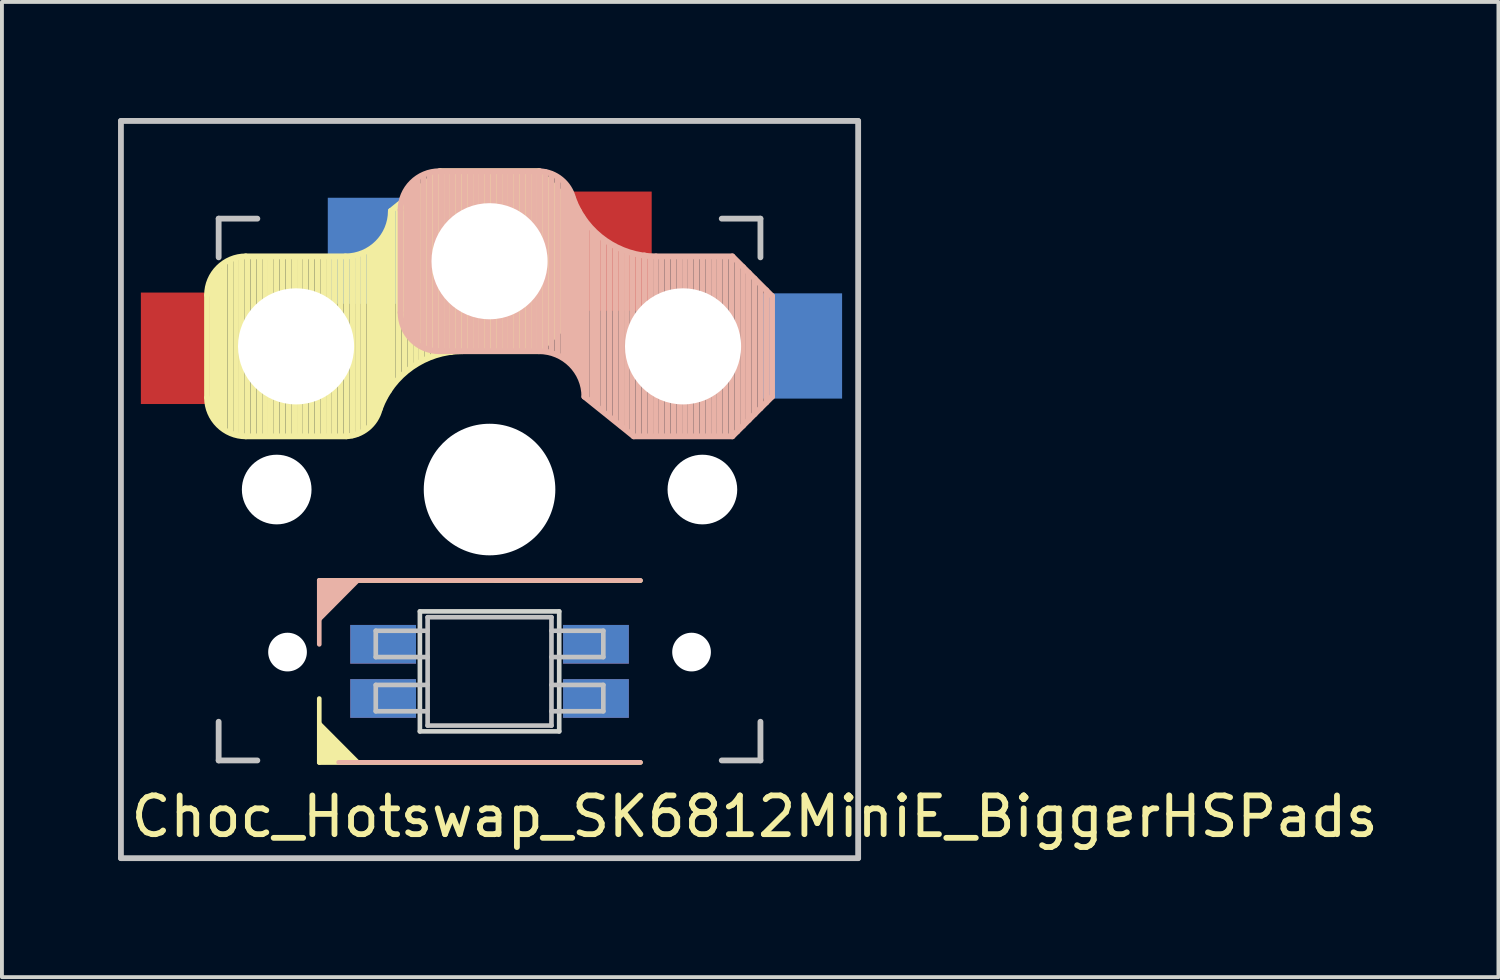
<source format=kicad_pcb>
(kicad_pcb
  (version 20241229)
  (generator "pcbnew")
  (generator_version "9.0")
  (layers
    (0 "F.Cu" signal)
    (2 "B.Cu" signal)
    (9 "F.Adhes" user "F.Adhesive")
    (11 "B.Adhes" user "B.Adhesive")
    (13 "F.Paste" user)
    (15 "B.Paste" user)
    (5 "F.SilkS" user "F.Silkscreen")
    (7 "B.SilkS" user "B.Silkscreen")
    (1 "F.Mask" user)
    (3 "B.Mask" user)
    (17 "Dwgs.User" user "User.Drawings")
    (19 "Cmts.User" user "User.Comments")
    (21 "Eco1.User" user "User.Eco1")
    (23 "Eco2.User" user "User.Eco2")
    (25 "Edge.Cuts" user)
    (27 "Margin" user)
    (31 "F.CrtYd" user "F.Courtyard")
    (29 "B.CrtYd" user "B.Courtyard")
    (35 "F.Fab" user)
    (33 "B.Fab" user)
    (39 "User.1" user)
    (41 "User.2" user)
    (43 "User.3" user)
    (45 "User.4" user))
  (footprint "Choc_Hotswap_SK6812MiniE_BiggerHSPads"
    (layer "F.Cu")
    (at 9.6 9.6)
    (property "Reference" "Choc_Hotswap_SK6812MiniE_BiggerHSPads" (at 6.85 8.45 0) (layer "F.SilkS") (effects (font (size 1 1) (thickness 0.15))))
    (attr through_hole)
    (fp_line (start -7.3 -5.025) (end -7.3 -2.375) (stroke (width 0.15) (type solid)) (layer "F.SilkS"))
    (fp_line (start -7.15 -1.95) (end -7.15 -5.5) (stroke (width 0.15) (type solid)) (layer "F.SilkS"))
    (fp_line (start -7.05 -1.8) (end -7.05 -5.55) (stroke (width 0.15) (type solid)) (layer "F.SilkS"))
    (fp_line (start -6.95 -1.7) (end -6.95 -5.65) (stroke (width 0.15) (type solid)) (layer "F.SilkS"))
    (fp_line (start -6.85 -1.6) (end -6.85 -5.8) (stroke (width 0.15) (type solid)) (layer "F.SilkS"))
    (fp_line (start -6.7 -1.5) (end -6.7 -5.9) (stroke (width 0.15) (type solid)) (layer "F.SilkS"))
    (fp_line (start -6.55 -1.45) (end -6.55 -5.95) (stroke (width 0.15) (type solid)) (layer "F.SilkS"))
    (fp_line (start -6.4 -1.4) (end -6.4 -5.95) (stroke (width 0.15) (type solid)) (layer "F.SilkS"))
    (fp_line (start -6.3 -6.025) (end -3.725 -6.025) (stroke (width 0.15) (type solid)) (layer "F.SilkS"))
    (fp_line (start -6.3 -1.375) (end -3.7 -1.375) (stroke (width 0.15) (type solid)) (layer "F.SilkS"))
    (fp_line (start -6.25 -1.4) (end -6.25 -6) (stroke (width 0.15) (type solid)) (layer "F.SilkS"))
    (fp_line (start -6.1 -1.4) (end -6.1 -6) (stroke (width 0.15) (type solid)) (layer "F.SilkS"))
    (fp_line (start -5.95 -1.4) (end -5.95 -6) (stroke (width 0.15) (type solid)) (layer "F.SilkS"))
    (fp_line (start -5.8 -1.4) (end -5.8 -6) (stroke (width 0.15) (type solid)) (layer "F.SilkS"))
    (fp_line (start -5.65 -1.4) (end -5.65 -6) (stroke (width 0.15) (type solid)) (layer "F.SilkS"))
    (fp_line (start -5.5 -1.4) (end -5.5 -6) (stroke (width 0.15) (type solid)) (layer "F.SilkS"))
    (fp_line (start -5.35 -1.4) (end -5.35 -6) (stroke (width 0.15) (type solid)) (layer "F.SilkS"))
    (fp_line (start -5.2 -1.4) (end -5.2 -6) (stroke (width 0.15) (type solid)) (layer "F.SilkS"))
    (fp_line (start -5.05 -1.4) (end -5.05 -6) (stroke (width 0.15) (type solid)) (layer "F.SilkS"))
    (fp_line (start -4.9 -1.4) (end -4.9 -6) (stroke (width 0.15) (type solid)) (layer "F.SilkS"))
    (fp_line (start -4.75 -1.4) (end -4.75 -6) (stroke (width 0.15) (type solid)) (layer "F.SilkS"))
    (fp_line (start -4.6 -1.4) (end -4.6 -6) (stroke (width 0.15) (type solid)) (layer "F.SilkS"))
    (fp_line (start -4.45 -1.4) (end -4.45 -6) (stroke (width 0.15) (type solid)) (layer "F.SilkS"))
    (fp_line (start -4.4 2.349) (end 3.9 2.352) (stroke (width 0.12) (type solid)) (layer "F.SilkS"))
    (fp_line (start -4.4 7.052) (end -4.4 5.401) (stroke (width 0.12) (type solid)) (layer "F.SilkS"))
    (fp_line (start -4.3 -1.4) (end -4.3 -6) (stroke (width 0.15) (type solid)) (layer "F.SilkS"))
    (fp_line (start -4.15 -1.4) (end -4.15 -6) (stroke (width 0.15) (type solid)) (layer "F.SilkS"))
    (fp_line (start -4 -1.4) (end -4 -6) (stroke (width 0.15) (type solid)) (layer "F.SilkS"))
    (fp_line (start -3.85 -1.4) (end -3.85 -5.95) (stroke (width 0.15) (type solid)) (layer "F.SilkS"))
    (fp_line (start -3.7 -1.4) (end -3.7 -6) (stroke (width 0.15) (type solid)) (layer "F.SilkS"))
    (fp_line (start -3.55 -1.4) (end -3.55 -6) (stroke (width 0.15) (type solid)) (layer "F.SilkS"))
    (fp_line (start -3.4 -1.45) (end -3.4 -6) (stroke (width 0.15) (type solid)) (layer "F.SilkS"))
    (fp_line (start -3.25 -1.55) (end -3.25 -6.1) (stroke (width 0.15) (type solid)) (layer "F.SilkS"))
    (fp_line (start -3.1 -1.65) (end -3.1 -6.15) (stroke (width 0.15) (type solid)) (layer "F.SilkS"))
    (fp_line (start -3 -1.8) (end -3 -6.2) (stroke (width 0.15) (type solid)) (layer "F.SilkS"))
    (fp_line (start -2.9 -2.05) (end -2.9 -6.25) (stroke (width 0.15) (type solid)) (layer "F.SilkS"))
    (fp_line (start -2.8 -2.2) (end -2.8 -6.35) (stroke (width 0.15) (type solid)) (layer "F.SilkS"))
    (fp_line (start -2.7 -2.4) (end -2.7 -6.55) (stroke (width 0.15) (type solid)) (layer "F.SilkS"))
    (fp_line (start -2.6 -2.55) (end -2.6 -6.7) (stroke (width 0.15) (type solid)) (layer "F.SilkS"))
    (fp_line (start -2.5 -2.75) (end -2.5 -7.2) (stroke (width 0.15) (type solid)) (layer "F.SilkS"))
    (fp_line (start -2.35 -2.9) (end -2.35 -7.35) (stroke (width 0.15) (type solid)) (layer "F.SilkS"))
    (fp_line (start -2.2 -3.05) (end -2.2 -7.45) (stroke (width 0.15) (type solid)) (layer "F.SilkS"))
    (fp_line (start -2.05 -3.15) (end -2.05 -7.55) (stroke (width 0.15) (type solid)) (layer "F.SilkS"))
    (fp_line (start -1.9 -3.25) (end -1.9 -7.7) (stroke (width 0.15) (type solid)) (layer "F.SilkS"))
    (fp_line (start -1.75 -3.35) (end -1.75 -7.8) (stroke (width 0.15) (type solid)) (layer "F.SilkS"))
    (fp_line (start -1.6 -3.4) (end -1.6 -7.95) (stroke (width 0.15) (type solid)) (layer "F.SilkS"))
    (fp_line (start -1.45 -3.5) (end -1.45 -8.05) (stroke (width 0.15) (type solid)) (layer "F.SilkS"))
    (fp_line (start -1.3 -3.55) (end -1.3 -8.15) (stroke (width 0.15) (type solid)) (layer "F.SilkS"))
    (fp_line (start -1.275 -8.225) (end -2.55 -7.2) (stroke (width 0.15) (type solid)) (layer "F.SilkS"))
    (fp_line (start -1.275 -8.225) (end 1.275 -8.225) (stroke (width 0.15) (type solid)) (layer "F.SilkS"))
    (fp_line (start -1.15 -3.55) (end -1.15 -8.2) (stroke (width 0.15) (type solid)) (layer "F.SilkS"))
    (fp_line (start -1 -3.55) (end -1 -8.2) (stroke (width 0.15) (type solid)) (layer "F.SilkS"))
    (fp_line (start -0.85 -3.6) (end -0.85 -8.15) (stroke (width 0.15) (type solid)) (layer "F.SilkS"))
    (fp_line (start -0.7 -3.6) (end -0.7 -8.2) (stroke (width 0.15) (type solid)) (layer "F.SilkS"))
    (fp_line (start -0.7 -3.575) (end 1.275 -3.575) (stroke (width 0.15) (type solid)) (layer "F.SilkS"))
    (fp_line (start -0.55 -3.6) (end -0.55 -8.2) (stroke (width 0.15) (type solid)) (layer "F.SilkS"))
    (fp_line (start -0.4 -3.6) (end -0.4 -8.2) (stroke (width 0.15) (type solid)) (layer "F.SilkS"))
    (fp_line (start -0.25 -3.6) (end -0.25 -8.2) (stroke (width 0.15) (type solid)) (layer "F.SilkS"))
    (fp_line (start -0.1 -3.6) (end -0.1 -8.2) (stroke (width 0.15) (type solid)) (layer "F.SilkS"))
    (fp_line (start 0.05 -3.6) (end 0.05 -8.2) (stroke (width 0.15) (type solid)) (layer "F.SilkS"))
    (fp_line (start 0.2 -3.6) (end 0.2 -8.2) (stroke (width 0.15) (type solid)) (layer "F.SilkS"))
    (fp_line (start 0.35 -3.6) (end 0.35 -8.2) (stroke (width 0.15) (type solid)) (layer "F.SilkS"))
    (fp_line (start 0.5 -3.6) (end 0.5 -8.2) (stroke (width 0.15) (type solid)) (layer "F.SilkS"))
    (fp_line (start 0.65 -3.6) (end 0.65 -8.2) (stroke (width 0.15) (type solid)) (layer "F.SilkS"))
    (fp_line (start 0.8 -3.6) (end 0.8 -8.2) (stroke (width 0.15) (type solid)) (layer "F.SilkS"))
    (fp_line (start 0.95 -3.6) (end 0.95 -8.2) (stroke (width 0.15) (type solid)) (layer "F.SilkS"))
    (fp_line (start 1.1 -3.6) (end 1.1 -8.2) (stroke (width 0.15) (type solid)) (layer "F.SilkS"))
    (fp_line (start 1.25 -3.6) (end 1.25 -8.2) (stroke (width 0.15) (type solid)) (layer "F.SilkS"))
    (fp_line (start 1.4 -3.75) (end 1.4 -8.1) (stroke (width 0.15) (type solid)) (layer "F.SilkS"))
    (fp_line (start 1.55 -3.85) (end 1.55 -7.95) (stroke (width 0.15) (type solid)) (layer "F.SilkS"))
    (fp_line (start 1.7 -4) (end 1.7 -7.8) (stroke (width 0.15) (type solid)) (layer "F.SilkS"))
    (fp_line (start 1.85 -4.15) (end 1.85 -7.65) (stroke (width 0.15) (type solid)) (layer "F.SilkS"))
    (fp_line (start 2 -4.35) (end 2 -7.5) (stroke (width 0.15) (type solid)) (layer "F.SilkS"))
    (fp_line (start 2.15 -4.45) (end 2.15 -7.35) (stroke (width 0.15) (type solid)) (layer "F.SilkS"))
    (fp_line (start 2.3 -7.2) (end 1.275 -8.225) (stroke (width 0.15) (type solid)) (layer "F.SilkS"))
    (fp_line (start 2.3 -7.2) (end 2.3 -4.6) (stroke (width 0.15) (type solid)) (layer "F.SilkS"))
    (fp_line (start 2.3 -4.6) (end 1.275 -3.575) (stroke (width 0.15) (type solid)) (layer "F.SilkS"))
    (fp_line (start 3.9 7.052) (end -4.4 7.052) (stroke (width 0.12) (type solid)) (layer "F.SilkS"))
    (fp_arc (start -7.3 -5.025) (mid -7.007107 -5.732107) (end -6.3 -6.025) (stroke (width 0.15) (type solid)) (layer "F.SilkS"))
    (fp_arc (start -6.3 -1.375) (mid -7.007107 -1.667893) (end -7.3 -2.375) (stroke (width 0.15) (type solid)) (layer "F.SilkS"))
    (fp_arc (start -2.837801 -2.078096) (mid -3.151716 -1.583979) (end -3.699005 -1.376209) (stroke (width 0.15) (type solid)) (layer "F.SilkS"))
    (fp_arc (start -2.837801 -2.078096) (mid -2.004887 -3.163571) (end -0.7 -3.575) (stroke (width 0.15) (type solid)) (layer "F.SilkS"))
    (fp_arc (start -2.55 -7.2) (mid -2.89415 -6.36915) (end -3.725 -6.025) (stroke (width 0.15) (type solid)) (layer "F.SilkS"))
    (fp_poly (pts (xy -3.392 7.049) (xy -4.4 7.052) (xy -4.4 6.036)) (stroke (width 0.1) (type solid)) (fill yes) (layer "F.SilkS"))
    (fp_line (start -4.4 2.349) (end -4.4 4) (stroke (width 0.12) (type solid)) (layer "B.SilkS"))
    (fp_line (start -3.9 7.049) (end 3.9 7.049) (stroke (width 0.12) (type solid)) (layer "B.SilkS"))
    (fp_line (start -2.3 -4.575) (end -2.3 -7.225) (stroke (width 0.15) (type solid)) (layer "B.SilkS"))
    (fp_line (start -2.15 -7.65) (end -2.15 -4.1) (stroke (width 0.15) (type solid)) (layer "B.SilkS"))
    (fp_line (start -2.05 -7.8) (end -2.05 -4.05) (stroke (width 0.15) (type solid)) (layer "B.SilkS"))
    (fp_line (start -1.95 -7.9) (end -1.95 -3.95) (stroke (width 0.15) (type solid)) (layer "B.SilkS"))
    (fp_line (start -1.85 -8) (end -1.85 -3.8) (stroke (width 0.15) (type solid)) (layer "B.SilkS"))
    (fp_line (start -1.7 -8.1) (end -1.7 -3.7) (stroke (width 0.15) (type solid)) (layer "B.SilkS"))
    (fp_line (start -1.55 -8.15) (end -1.55 -3.65) (stroke (width 0.15) (type solid)) (layer "B.SilkS"))
    (fp_line (start -1.4 -8.2) (end -1.4 -3.65) (stroke (width 0.15) (type solid)) (layer "B.SilkS"))
    (fp_line (start -1.3 -8.225) (end 1.3 -8.225) (stroke (width 0.15) (type solid)) (layer "B.SilkS"))
    (fp_line (start -1.3 -3.575) (end 1.275 -3.575) (stroke (width 0.15) (type solid)) (layer "B.SilkS"))
    (fp_line (start -1.25 -8.2) (end -1.25 -3.6) (stroke (width 0.15) (type solid)) (layer "B.SilkS"))
    (fp_line (start -1.1 -8.2) (end -1.1 -3.6) (stroke (width 0.15) (type solid)) (layer "B.SilkS"))
    (fp_line (start -0.95 -8.2) (end -0.95 -3.6) (stroke (width 0.15) (type solid)) (layer "B.SilkS"))
    (fp_line (start -0.8 -8.2) (end -0.8 -3.6) (stroke (width 0.15) (type solid)) (layer "B.SilkS"))
    (fp_line (start -0.65 -8.2) (end -0.65 -3.6) (stroke (width 0.15) (type solid)) (layer "B.SilkS"))
    (fp_line (start -0.5 -8.2) (end -0.5 -3.6) (stroke (width 0.15) (type solid)) (layer "B.SilkS"))
    (fp_line (start -0.35 -8.2) (end -0.35 -3.6) (stroke (width 0.15) (type solid)) (layer "B.SilkS"))
    (fp_line (start -0.2 -8.2) (end -0.2 -3.6) (stroke (width 0.15) (type solid)) (layer "B.SilkS"))
    (fp_line (start -0.05 -8.2) (end -0.05 -3.6) (stroke (width 0.15) (type solid)) (layer "B.SilkS"))
    (fp_line (start 0.1 -8.2) (end 0.1 -3.6) (stroke (width 0.15) (type solid)) (layer "B.SilkS"))
    (fp_line (start 0.25 -8.2) (end 0.25 -3.6) (stroke (width 0.15) (type solid)) (layer "B.SilkS"))
    (fp_line (start 0.4 -8.2) (end 0.4 -3.6) (stroke (width 0.15) (type solid)) (layer "B.SilkS"))
    (fp_line (start 0.55 -8.2) (end 0.55 -3.6) (stroke (width 0.15) (type solid)) (layer "B.SilkS"))
    (fp_line (start 0.7 -8.2) (end 0.7 -3.6) (stroke (width 0.15) (type solid)) (layer "B.SilkS"))
    (fp_line (start 0.85 -8.2) (end 0.85 -3.6) (stroke (width 0.15) (type solid)) (layer "B.SilkS"))
    (fp_line (start 1 -8.2) (end 1 -3.6) (stroke (width 0.15) (type solid)) (layer "B.SilkS"))
    (fp_line (start 1.15 -8.2) (end 1.15 -3.65) (stroke (width 0.15) (type solid)) (layer "B.SilkS"))
    (fp_line (start 1.3 -8.2) (end 1.3 -3.6) (stroke (width 0.15) (type solid)) (layer "B.SilkS"))
    (fp_line (start 1.45 -8.2) (end 1.45 -3.6) (stroke (width 0.15) (type solid)) (layer "B.SilkS"))
    (fp_line (start 1.6 -8.15) (end 1.6 -3.6) (stroke (width 0.15) (type solid)) (layer "B.SilkS"))
    (fp_line (start 1.75 -8.05) (end 1.75 -3.5) (stroke (width 0.15) (type solid)) (layer "B.SilkS"))
    (fp_line (start 1.9 -7.95) (end 1.9 -3.45) (stroke (width 0.15) (type solid)) (layer "B.SilkS"))
    (fp_line (start 2 -7.8) (end 2 -3.4) (stroke (width 0.15) (type solid)) (layer "B.SilkS"))
    (fp_line (start 2.1 -7.55) (end 2.1 -3.35) (stroke (width 0.15) (type solid)) (layer "B.SilkS"))
    (fp_line (start 2.2 -7.4) (end 2.2 -3.25) (stroke (width 0.15) (type solid)) (layer "B.SilkS"))
    (fp_line (start 2.3 -7.2) (end 2.3 -3.05) (stroke (width 0.15) (type solid)) (layer "B.SilkS"))
    (fp_line (start 2.4 -7.05) (end 2.4 -2.9) (stroke (width 0.15) (type solid)) (layer "B.SilkS"))
    (fp_line (start 2.5 -6.85) (end 2.5 -2.4) (stroke (width 0.15) (type solid)) (layer "B.SilkS"))
    (fp_line (start 2.65 -6.7) (end 2.65 -2.25) (stroke (width 0.15) (type solid)) (layer "B.SilkS"))
    (fp_line (start 2.8 -6.55) (end 2.8 -2.15) (stroke (width 0.15) (type solid)) (layer "B.SilkS"))
    (fp_line (start 2.95 -6.45) (end 2.95 -2.05) (stroke (width 0.15) (type solid)) (layer "B.SilkS"))
    (fp_line (start 3.1 -6.35) (end 3.1 -1.9) (stroke (width 0.15) (type solid)) (layer "B.SilkS"))
    (fp_line (start 3.25 -6.25) (end 3.25 -1.8) (stroke (width 0.15) (type solid)) (layer "B.SilkS"))
    (fp_line (start 3.4 -6.2) (end 3.4 -1.65) (stroke (width 0.15) (type solid)) (layer "B.SilkS"))
    (fp_line (start 3.55 -6.1) (end 3.55 -1.55) (stroke (width 0.15) (type solid)) (layer "B.SilkS"))
    (fp_line (start 3.7 -6.05) (end 3.7 -1.45) (stroke (width 0.15) (type solid)) (layer "B.SilkS"))
    (fp_line (start 3.725 -1.375) (end 2.45 -2.4) (stroke (width 0.15) (type solid)) (layer "B.SilkS"))
    (fp_line (start 3.725 -1.375) (end 6.275 -1.375) (stroke (width 0.15) (type solid)) (layer "B.SilkS"))
    (fp_line (start 3.85 -6.05) (end 3.85 -1.4) (stroke (width 0.15) (type solid)) (layer "B.SilkS"))
    (fp_line (start 3.9 2.349) (end -4.4 2.349) (stroke (width 0.12) (type solid)) (layer "B.SilkS"))
    (fp_line (start 4 -6.05) (end 4 -1.4) (stroke (width 0.15) (type solid)) (layer "B.SilkS"))
    (fp_line (start 4.15 -6) (end 4.15 -1.45) (stroke (width 0.15) (type solid)) (layer "B.SilkS"))
    (fp_line (start 4.3 -6.025) (end 6.275 -6.025) (stroke (width 0.15) (type solid)) (layer "B.SilkS"))
    (fp_line (start 4.3 -6) (end 4.3 -1.4) (stroke (width 0.15) (type solid)) (layer "B.SilkS"))
    (fp_line (start 4.45 -6) (end 4.45 -1.4) (stroke (width 0.15) (type solid)) (layer "B.SilkS"))
    (fp_line (start 4.6 -6) (end 4.6 -1.4) (stroke (width 0.15) (type solid)) (layer "B.SilkS"))
    (fp_line (start 4.75 -6) (end 4.75 -1.4) (stroke (width 0.15) (type solid)) (layer "B.SilkS"))
    (fp_line (start 4.9 -6) (end 4.9 -1.4) (stroke (width 0.15) (type solid)) (layer "B.SilkS"))
    (fp_line (start 5.05 -6) (end 5.05 -1.4) (stroke (width 0.15) (type solid)) (layer "B.SilkS"))
    (fp_line (start 5.2 -6) (end 5.2 -1.4) (stroke (width 0.15) (type solid)) (layer "B.SilkS"))
    (fp_line (start 5.35 -6) (end 5.35 -1.4) (stroke (width 0.15) (type solid)) (layer "B.SilkS"))
    (fp_line (start 5.5 -6) (end 5.5 -1.4) (stroke (width 0.15) (type solid)) (layer "B.SilkS"))
    (fp_line (start 5.65 -6) (end 5.65 -1.4) (stroke (width 0.15) (type solid)) (layer "B.SilkS"))
    (fp_line (start 5.8 -6) (end 5.8 -1.4) (stroke (width 0.15) (type solid)) (layer "B.SilkS"))
    (fp_line (start 5.95 -6) (end 5.95 -1.4) (stroke (width 0.15) (type solid)) (layer "B.SilkS"))
    (fp_line (start 6.1 -6) (end 6.1 -1.4) (stroke (width 0.15) (type solid)) (layer "B.SilkS"))
    (fp_line (start 6.25 -6) (end 6.25 -1.4) (stroke (width 0.15) (type solid)) (layer "B.SilkS"))
    (fp_line (start 6.4 -5.85) (end 6.4 -1.5) (stroke (width 0.15) (type solid)) (layer "B.SilkS"))
    (fp_line (start 6.55 -5.75) (end 6.55 -1.65) (stroke (width 0.15) (type solid)) (layer "B.SilkS"))
    (fp_line (start 6.7 -5.6) (end 6.7 -1.8) (stroke (width 0.15) (type solid)) (layer "B.SilkS"))
    (fp_line (start 6.85 -5.45) (end 6.85 -1.95) (stroke (width 0.15) (type solid)) (layer "B.SilkS"))
    (fp_line (start 7 -5.25) (end 7 -2.1) (stroke (width 0.15) (type solid)) (layer "B.SilkS"))
    (fp_line (start 7.15 -5.15) (end 7.15 -2.25) (stroke (width 0.15) (type solid)) (layer "B.SilkS"))
    (fp_line (start 7.3 -5) (end 6.275 -6.025) (stroke (width 0.15) (type solid)) (layer "B.SilkS"))
    (fp_line (start 7.3 -2.4) (end 6.275 -1.375) (stroke (width 0.15) (type solid)) (layer "B.SilkS"))
    (fp_line (start 7.3 -2.4) (end 7.3 -5) (stroke (width 0.15) (type solid)) (layer "B.SilkS"))
    (fp_arc (start -2.3 -7.225) (mid -2.007107 -7.932107) (end -1.3 -8.225) (stroke (width 0.15) (type solid)) (layer "B.SilkS"))
    (fp_arc (start -1.3 -3.575) (mid -2.007107 -3.867893) (end -2.3 -4.575) (stroke (width 0.15) (type solid)) (layer "B.SilkS"))
    (fp_arc (start 1.275 -3.575) (mid 2.10585 -3.23085) (end 2.45 -2.4) (stroke (width 0.15) (type solid)) (layer "B.SilkS"))
    (fp_arc (start 1.300995 -8.223791) (mid 1.848286 -8.016021) (end 2.162199 -7.521904) (stroke (width 0.15) (type solid)) (layer "B.SilkS"))
    (fp_arc (start 4.3 -6.025) (mid 2.995114 -6.436429) (end 2.162199 -7.521904) (stroke (width 0.15) (type solid)) (layer "B.SilkS"))
    (fp_poly (pts (xy -4.4 3.365) (xy -4.4 2.349) (xy -3.392 2.349)) (stroke (width 0.1) (type solid)) (fill yes) (layer "B.SilkS"))
    (fp_line (start -9.525 -9.525) (end 9.525 -9.525) (stroke (width 0.15) (type solid)) (layer "Dwgs.User"))
    (fp_line (start -9.525 9.525) (end -9.525 -9.525) (stroke (width 0.15) (type solid)) (layer "Dwgs.User"))
    (fp_line (start -7 -7) (end -7 -6) (stroke (width 0.15) (type solid)) (layer "Dwgs.User"))
    (fp_line (start -7 6) (end -7 7) (stroke (width 0.15) (type solid)) (layer "Dwgs.User"))
    (fp_line (start -7 7) (end -6 7) (stroke (width 0.15) (type solid)) (layer "Dwgs.User"))
    (fp_line (start -6 -7) (end -7 -7) (stroke (width 0.15) (type solid)) (layer "Dwgs.User"))
    (fp_line (start -2.94 3.649) (end -2.94 4.329) (stroke (width 0.12) (type solid)) (layer "Dwgs.User"))
    (fp_line (start -2.94 4.329) (end -1.6 4.329) (stroke (width 0.12) (type solid)) (layer "Dwgs.User"))
    (fp_line (start -2.94 5.049) (end -2.94 5.729) (stroke (width 0.12) (type solid)) (layer "Dwgs.User"))
    (fp_line (start -2.94 5.729) (end -1.6 5.729) (stroke (width 0.12) (type solid)) (layer "Dwgs.User"))
    (fp_line (start -1.6 3.299) (end -1.6 6.099) (stroke (width 0.12) (type solid)) (layer "Dwgs.User"))
    (fp_line (start -1.6 3.299) (end 1.6 3.299) (stroke (width 0.12) (type solid)) (layer "Dwgs.User"))
    (fp_line (start -1.6 3.649) (end -2.94 3.649) (stroke (width 0.12) (type solid)) (layer "Dwgs.User"))
    (fp_line (start -1.6 5.049) (end -2.94 5.049) (stroke (width 0.12) (type solid)) (layer "Dwgs.User"))
    (fp_line (start -1.6 6.099) (end 1.6 6.099) (stroke (width 0.12) (type solid)) (layer "Dwgs.User"))
    (fp_line (start 1.6 3.299) (end 1.6 6.099) (stroke (width 0.12) (type solid)) (layer "Dwgs.User"))
    (fp_line (start 1.6 4.329) (end 2.94 4.329) (stroke (width 0.12) (type solid)) (layer "Dwgs.User"))
    (fp_line (start 1.6 5.729) (end 2.94 5.729) (stroke (width 0.12) (type solid)) (layer "Dwgs.User"))
    (fp_line (start 2.94 3.649) (end 1.6 3.649) (stroke (width 0.12) (type solid)) (layer "Dwgs.User"))
    (fp_line (start 2.94 4.329) (end 2.94 3.649) (stroke (width 0.12) (type solid)) (layer "Dwgs.User"))
    (fp_line (start 2.94 5.049) (end 1.6 5.049) (stroke (width 0.12) (type solid)) (layer "Dwgs.User"))
    (fp_line (start 2.94 5.729) (end 2.94 5.049) (stroke (width 0.12) (type solid)) (layer "Dwgs.User"))
    (fp_line (start 6 -7) (end 7 -7) (stroke (width 0.15) (type solid)) (layer "Dwgs.User"))
    (fp_line (start 7 -7) (end 7 -6) (stroke (width 0.15) (type solid)) (layer "Dwgs.User"))
    (fp_line (start 7 6) (end 7 7) (stroke (width 0.15) (type solid)) (layer "Dwgs.User"))
    (fp_line (start 7 7) (end 6 7) (stroke (width 0.15) (type solid)) (layer "Dwgs.User"))
    (fp_line (start 9.525 -9.525) (end 9.525 9.525) (stroke (width 0.15) (type solid)) (layer "Dwgs.User"))
    (fp_line (start 9.525 9.525) (end -9.525 9.525) (stroke (width 0.15) (type solid)) (layer "Dwgs.User"))
    (fp_line (start -1.8 3.149) (end -1.8 6.249) (stroke (width 0.12) (type solid)) (layer "Edge.Cuts"))
    (fp_line (start -1.8 6.249) (end 1.8 6.249) (stroke (width 0.12) (type solid)) (layer "Edge.Cuts"))
    (fp_line (start 1.8 3.149) (end -1.8 3.149) (stroke (width 0.12) (type solid)) (layer "Edge.Cuts"))
    (fp_line (start 1.8 6.249) (end 1.8 3.149) (stroke (width 0.12) (type solid)) (layer "Edge.Cuts"))
    (pad "" np_thru_hole circle (at -5.5 0 270) (size 1.8 1.8) (drill 1.8) (layers "*.Cu" "*.Mask"))
    (pad "" np_thru_hole circle (at -5.22 4.2) (size 1 1) (drill 1) (layers "*.Cu" "*.Mask"))
    (pad "" np_thru_hole circle (at -5 -3.7 90) (size 3 3) (drill 3) (layers "*.Cu" "*.Mask"))
    (pad "" np_thru_hole circle (at 0 -5.9 270) (size 3 3) (drill 3) (layers "*.Cu" "*.Mask"))
    (pad "" np_thru_hole circle (at 0 0 270) (size 3.4 3.4) (drill 3.4) (layers "*.Cu" "*.Mask"))
    (pad "" np_thru_hole circle (at 5 -3.7 270) (size 3 3) (drill 3) (layers "*.Cu" "*.Mask"))
    (pad "" np_thru_hole circle (at 5.22 4.2) (size 1 1) (drill 1) (layers "*.Cu" "*.Mask"))
    (pad "" np_thru_hole circle (at 5.5 0 270) (size 1.8 1.8) (drill 1.8) (layers "*.Cu" "*.Mask"))
    (pad "1" smd rect (at 2.75 3.999) (size 1.7 1) (layers "F.Cu" "F.Mask" "F.Paste"))
    (pad "1" smd rect (at 2.75 5.399) (size 1.7 1) (layers "B.Cu" "B.Mask" "B.Paste"))
    (pad "2" smd rect (at 2.75 3.999) (size 1.7 1) (layers "B.Cu" "B.Mask" "B.Paste"))
    (pad "2" smd rect (at 2.75 5.399) (size 1.7 1) (layers "F.Cu" "F.Mask" "F.Paste"))
    (pad "3" smd rect (at -2.75 3.999) (size 1.7 1) (layers "B.Cu" "B.Mask" "B.Paste"))
    (pad "3" smd rect (at -2.75 5.399) (size 1.7 1) (layers "F.Cu" "F.Mask" "F.Paste"))
    (pad "4" smd rect (at -2.75 3.999) (size 1.7 1) (layers "F.Cu" "F.Mask" "F.Paste"))
    (pad "4" smd rect (at -2.75 5.399) (size 1.7 1) (layers "B.Cu" "B.Mask" "B.Paste"))
    (pad "5" smd rect (at -3.09 -6.17) (size 2.18 2.74) (layers "B.Cu" "B.Mask" "B.Paste"))
    (pad "5" smd rect (at 3.095 -6.16) (size 2.19 3.08) (layers "F.Cu" "F.Mask" "F.Paste"))
    (pad "6" smd rect (at -8.055 -3.65) (size 1.91 2.88) (layers "F.Cu" "F.Mask" "F.Paste"))
    (pad "6" smd rect (at 8.055 -3.71) (size 2.11 2.72) (layers "B.Cu" "B.Mask" "B.Paste")))
  (gr_rect
    (start -3 -3)
    (end 35.67 22.2)
    (stroke (width 0.1) (type default))
    (fill no)
    (layer "Edge.Cuts")))
</source>
